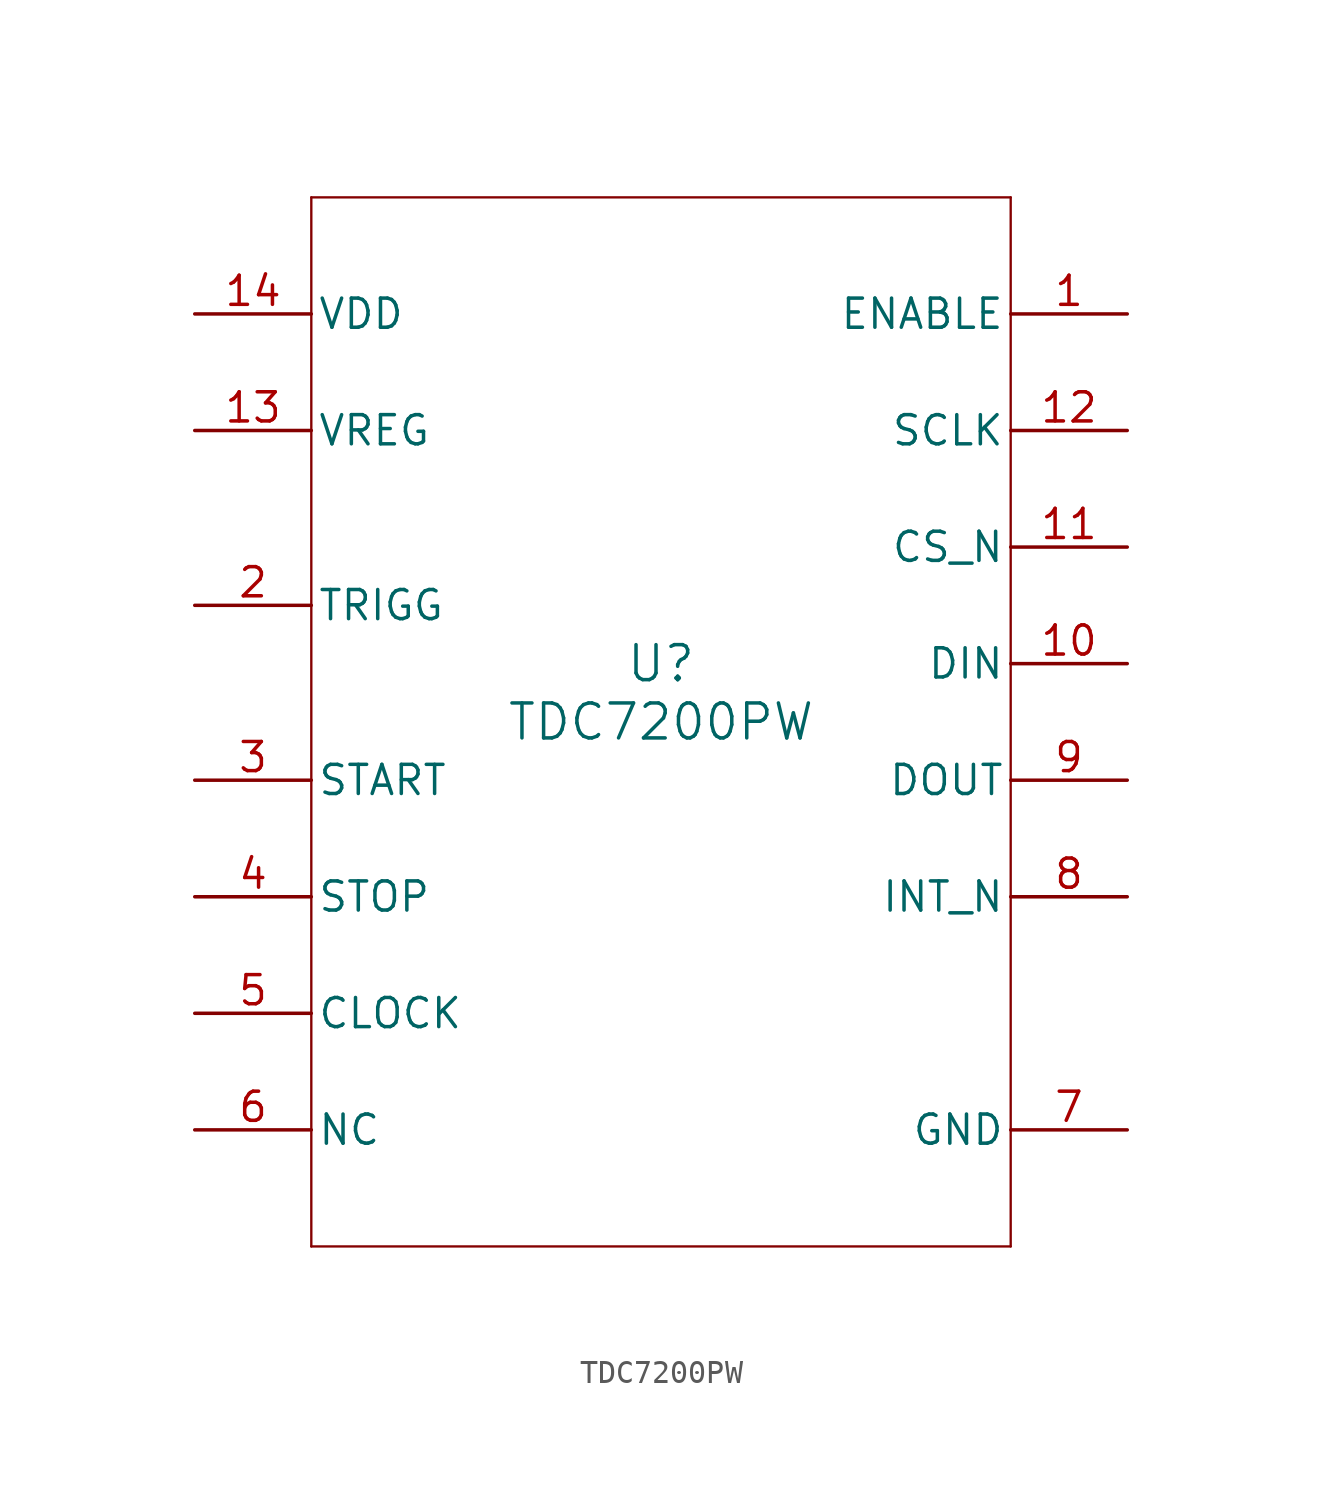
<source format=kicad_sym>
(kicad_symbol_lib
  (version 20211014)
  (generator kicad_symbol_editor)
  (symbol "TDC7200PW"
    (pin_names
      (offset 0.254))
    (property "Reference" "U"
      (at 0 2.54 0)
      (effects (font (size 1.524 1.524))))
    (property "Value" "TDC7200PW"
      (at 0 0 0)
      (effects (font (size 1.524 1.524))))
    (symbol "TDC7200PW_0_1"
      (polyline (pts (xy -15.24 -22.86) (xy 15.24 -22.86)) (stroke (width 0.102) (type default) (color 0 0 0 0)) (fill (type none)))
      (polyline (pts (xy 15.24 -22.86) (xy 15.24 22.86)) (stroke (width 0.102) (type default) (color 0 0 0 0)) (fill (type none)))
      (polyline (pts (xy 15.24 22.86) (xy -15.24 22.86)) (stroke (width 0.102) (type default) (color 0 0 0 0)) (fill (type none)))
      (polyline (pts (xy -15.24 22.86) (xy -15.24 -22.86)) (stroke (width 0.102) (type default) (color 0 0 0 0)) (fill (type none)))
      (pin input line (at 20.32 17.78 180) (length 5.08) (name "ENABLE" (effects (font (size 1.27 1.27)))) (number "1" (effects (font (size 1.27 1.27)))))
      (pin output line (at -20.32 5.08 0) (length 5.08) (name "TRIGG" (effects (font (size 1.27 1.27)))) (number "2" (effects (font (size 1.27 1.27)))))
      (pin input line (at -20.32 -2.54 0) (length 5.08) (name "START" (effects (font (size 1.27 1.27)))) (number "3" (effects (font (size 1.27 1.27)))))
      (pin input line (at -20.32 -7.62 0) (length 5.08) (name "STOP" (effects (font (size 1.27 1.27)))) (number "4" (effects (font (size 1.27 1.27)))))
      (pin input line (at -20.32 -12.7 0) (length 5.08) (name "CLOCK" (effects (font (size 1.27 1.27)))) (number "5" (effects (font (size 1.27 1.27)))))
      (pin unspecified line (at -20.32 -17.78 0) (length 5.08) (name "NC" (effects (font (size 1.27 1.27)))) (number "6" (effects (font (size 1.27 1.27)))))
      (pin power_in line (at 20.32 -17.78 180) (length 5.08) (name "GND" (effects (font (size 1.27 1.27)))) (number "7" (effects (font (size 1.27 1.27)))))
      (pin output line (at 20.32 -7.62 180) (length 5.08) (name "INT_N" (effects (font (size 1.27 1.27)))) (number "8" (effects (font (size 1.27 1.27)))))
      (pin output line (at 20.32 -2.54 180) (length 5.08) (name "DOUT" (effects (font (size 1.27 1.27)))) (number "9" (effects (font (size 1.27 1.27)))))
      (pin input line (at 20.32 2.54 180) (length 5.08) (name "DIN" (effects (font (size 1.27 1.27)))) (number "10" (effects (font (size 1.27 1.27)))))
      (pin input line (at 20.32 7.62 180) (length 5.08) (name "CS_N" (effects (font (size 1.27 1.27)))) (number "11" (effects (font (size 1.27 1.27)))))
      (pin input line (at 20.32 12.7 180) (length 5.08) (name "SCLK" (effects (font (size 1.27 1.27)))) (number "12" (effects (font (size 1.27 1.27)))))
      (pin power_in line (at -20.32 12.7 0) (length 5.08) (name "VREG" (effects (font (size 1.27 1.27)))) (number "13" (effects (font (size 1.27 1.27)))))
      (pin power_in line (at -20.32 17.78 0) (length 5.08) (name "VDD" (effects (font (size 1.27 1.27)))) (number "14" (effects (font (size 1.27 1.27))))))))
</source>
